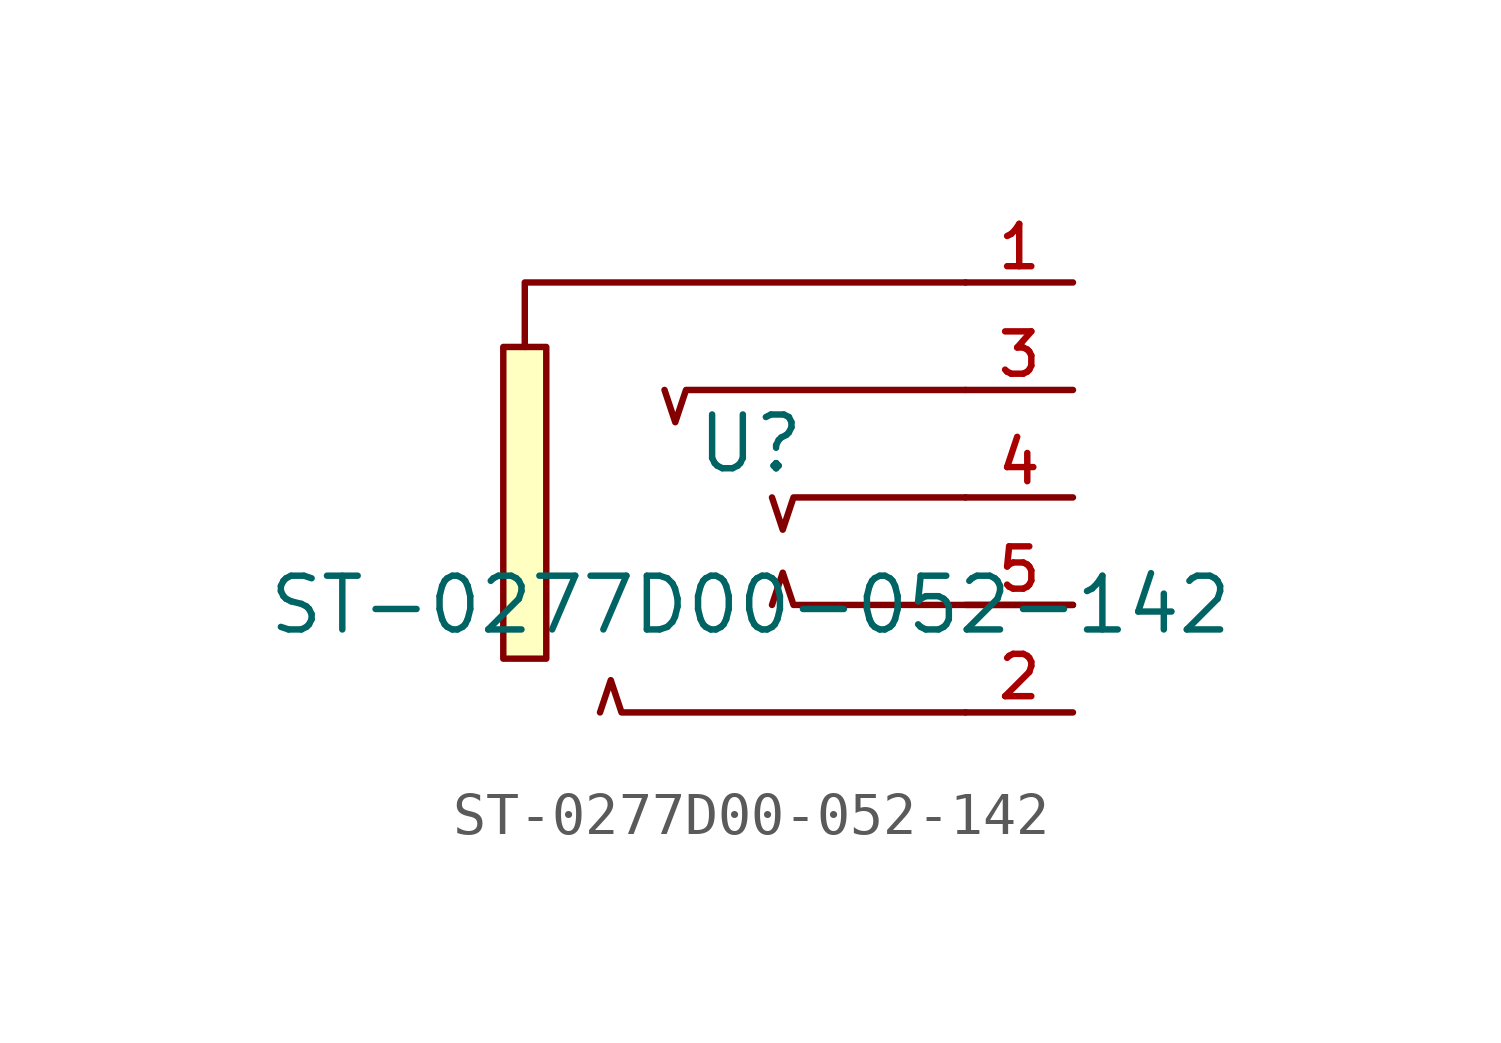
<source format=kicad_sym>
(kicad_symbol_lib
  (version 20210201)
  (generator TousstNicolas/JLC2KiCad_lib)
  (symbol "ST-0277D00-052-142"
    (pin_names hide)
    (property "Reference" "U"
      (at 0 1.27 0)
      (effects (font (size 1.27 1.27))))
    (property "Value" "ST-0277D00-052-142"
      (at 0 -2.54 0)
      (effects (font (size 1.27 1.27))))
    (symbol "ST-0277D00-052-142_0_1"
      (polyline (pts (xy 7.62 -2.54) (xy 1.016 -2.54) (xy 0.762 -1.778) (xy 0.508 -2.54)) (stroke (width 0) (type default) (color 0 0 0 0)) (fill (type none)))
      (polyline (pts (xy 5.08 -0.0) (xy 1.016 -0.0) (xy 0.762 -0.762) (xy 0.508 -0.0)) (stroke (width 0) (type default) (color 0 0 0 0)) (fill (type none)))
      (pin unspecified line (at 7.62 -2.54 180) (length 2.54) (name "5" (effects (font (size 1 1)))) (number "5" (effects (font (size 1 1)))))
      (pin unspecified line (at 7.62 -0.0 180) (length 2.54) (name "4" (effects (font (size 1 1)))) (number "4" (effects (font (size 1 1)))))
      (pin unspecified line (at 7.62 2.54 180) (length 2.54) (name "3" (effects (font (size 1 1)))) (number "3" (effects (font (size 1 1)))))
      (pin unspecified line (at 7.62 -5.08 180) (length 2.54) (name "2" (effects (font (size 1 1)))) (number "2" (effects (font (size 1 1)))))
      (pin unspecified line (at 7.62 5.08 180) (length 2.54) (name "1" (effects (font (size 1 1)))) (number "1" (effects (font (size 1 1)))))
      (rectangle (start -5.842 3.556) (end -4.826 -3.81) (stroke (width 0) (type default) (color 0 0 0 0)) (fill (type background)))
      (polyline (pts (xy 5.08 -5.08) (xy -3.048 -5.08) (xy -3.302 -4.318) (xy -3.556 -5.08)) (stroke (width 0) (type default) (color 0 0 0 0)) (fill (type none)))
      (polyline (pts (xy 5.08 2.54) (xy -1.524 2.54) (xy -1.778 1.778) (xy -2.032 2.54)) (stroke (width 0) (type default) (color 0 0 0 0)) (fill (type none)))
      (polyline (pts (xy 5.08 5.08) (xy -5.08 5.08) (xy -5.334 5.08) (xy -5.334 3.556)) (stroke (width 0) (type default) (color 0 0 0 0)) (fill (type none))))))
</source>
